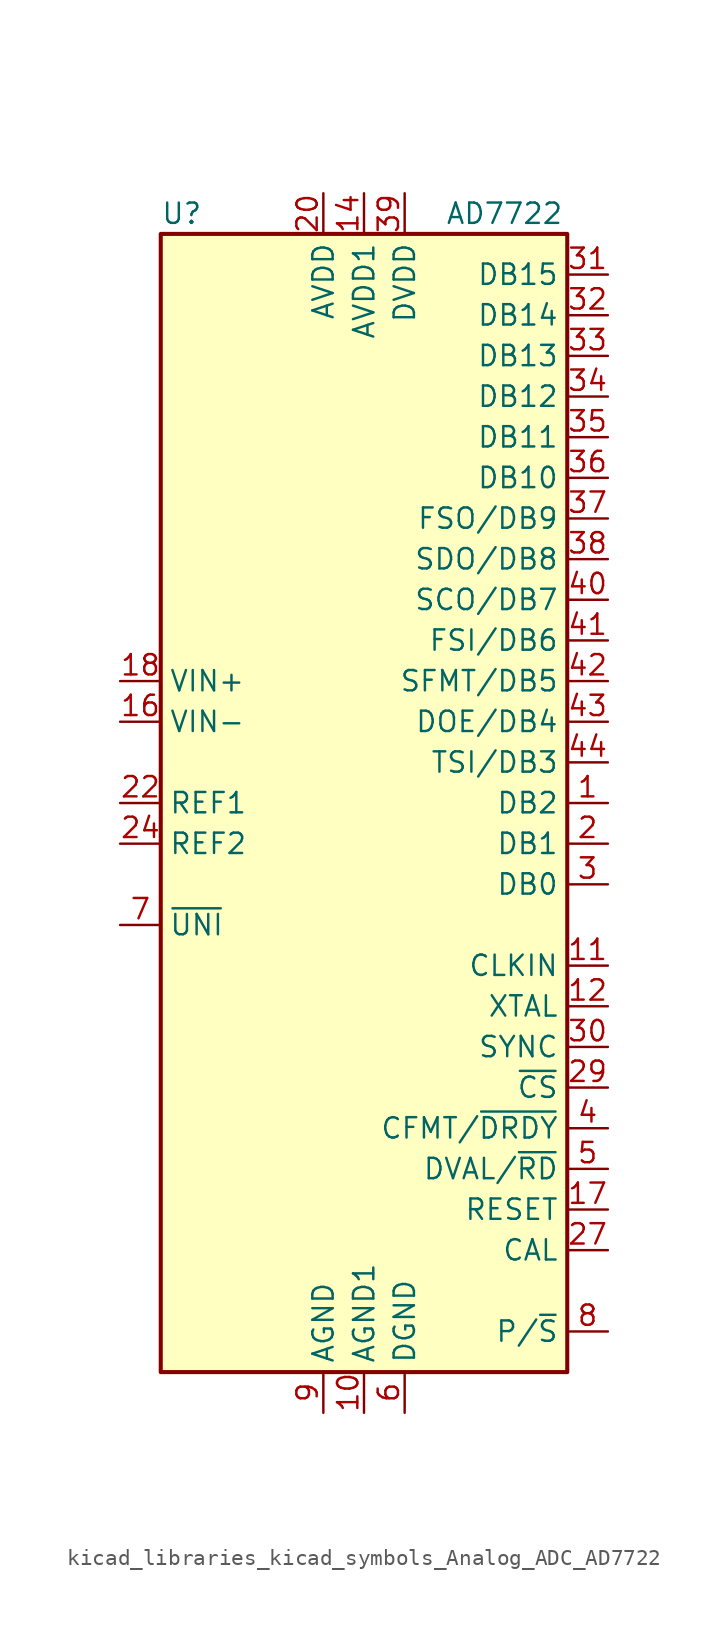
<source format=kicad_sym>
(kicad_symbol_lib
  (version 20220914)
  (generator kicad_symbol_editor)
  (symbol "kicad_libraries_kicad_symbols_Analog_ADC_AD7722"
    (property "Reference" "U"
      (at -12.7 36.83 0)
      (effects (font (size 1.27 1.27)) (justify left)))
    (property "Value" "AD7722"
      (at 5.08 36.83 0)
      (effects (font (size 1.27 1.27)) (justify left)))
    (symbol "kicad_libraries_kicad_symbols_Analog_ADC_AD7722_0_1"
      (rectangle (start -12.7 35.56) (end 12.7 -35.56) (stroke (width 0.254) (type default)) (fill (type background))))
    (symbol "kicad_libraries_kicad_symbols_Analog_ADC_AD7722_1_1"
      (pin input line (at 15.24 0 180) (length 2.54) (name "DB2" (effects (font (size 1.27 1.27)))) (number "1" (effects (font (size 1.27 1.27)))))
      (pin power_in line (at 0 -38.1 90) (length 2.54) (name "AGND1" (effects (font (size 1.27 1.27)))) (number "10" (effects (font (size 1.27 1.27)))))
      (pin input line (at 15.24 -10.16 180) (length 2.54) (name "CLKIN" (effects (font (size 1.27 1.27)))) (number "11" (effects (font (size 1.27 1.27)))))
      (pin output line (at 15.24 -12.7 180) (length 2.54) (name "XTAL" (effects (font (size 1.27 1.27)))) (number "12" (effects (font (size 1.27 1.27)))))
      (pin passive line (at -2.54 -38.1 90) (length 2.54) hide (name "AGND" (effects (font (size 1.27 1.27)))) (number "13" (effects (font (size 1.27 1.27)))))
      (pin power_in line (at 0 38.1 270) (length 2.54) (name "AVDD1" (effects (font (size 1.27 1.27)))) (number "14" (effects (font (size 1.27 1.27)))))
      (pin passive line (at -2.54 -38.1 90) (length 2.54) hide (name "AGND" (effects (font (size 1.27 1.27)))) (number "15" (effects (font (size 1.27 1.27)))))
      (pin input line (at -15.24 5.08 0) (length 2.54) (name "VIN-" (effects (font (size 1.27 1.27)))) (number "16" (effects (font (size 1.27 1.27)))))
      (pin input line (at 15.24 -25.4 180) (length 2.54) (name "RESET" (effects (font (size 1.27 1.27)))) (number "17" (effects (font (size 1.27 1.27)))))
      (pin input line (at -15.24 7.62 0) (length 2.54) (name "VIN+" (effects (font (size 1.27 1.27)))) (number "18" (effects (font (size 1.27 1.27)))))
      (pin passive line (at -2.54 -38.1 90) (length 2.54) hide (name "AGND" (effects (font (size 1.27 1.27)))) (number "19" (effects (font (size 1.27 1.27)))))
      (pin input line (at 15.24 -2.54 180) (length 2.54) (name "DB1" (effects (font (size 1.27 1.27)))) (number "2" (effects (font (size 1.27 1.27)))))
      (pin power_in line (at -2.54 38.1 270) (length 2.54) (name "AVDD" (effects (font (size 1.27 1.27)))) (number "20" (effects (font (size 1.27 1.27)))))
      (pin passive line (at -2.54 -38.1 90) (length 2.54) hide (name "AGND" (effects (font (size 1.27 1.27)))) (number "21" (effects (font (size 1.27 1.27)))))
      (pin power_out line (at -15.24 0 0) (length 2.54) (name "REF1" (effects (font (size 1.27 1.27)))) (number "22" (effects (font (size 1.27 1.27)))))
      (pin passive line (at -2.54 38.1 270) (length 2.54) hide (name "AVDD" (effects (font (size 1.27 1.27)))) (number "23" (effects (font (size 1.27 1.27)))))
      (pin power_out line (at -15.24 -2.54 0) (length 2.54) (name "REF2" (effects (font (size 1.27 1.27)))) (number "24" (effects (font (size 1.27 1.27)))))
      (pin passive line (at -2.54 -38.1 90) (length 2.54) hide (name "AGND" (effects (font (size 1.27 1.27)))) (number "25" (effects (font (size 1.27 1.27)))))
      (pin passive line (at -2.54 -38.1 90) (length 2.54) hide (name "AGND" (effects (font (size 1.27 1.27)))) (number "26" (effects (font (size 1.27 1.27)))))
      (pin input line (at 15.24 -27.94 180) (length 2.54) (name "CAL" (effects (font (size 1.27 1.27)))) (number "27" (effects (font (size 1.27 1.27)))))
      (pin passive line (at 2.54 -38.1 90) (length 2.54) hide (name "DGND" (effects (font (size 1.27 1.27)))) (number "28" (effects (font (size 1.27 1.27)))))
      (pin input line (at 15.24 -17.78 180) (length 2.54) (name "~{CS}" (effects (font (size 1.27 1.27)))) (number "29" (effects (font (size 1.27 1.27)))))
      (pin input line (at 15.24 -5.08 180) (length 2.54) (name "DB0" (effects (font (size 1.27 1.27)))) (number "3" (effects (font (size 1.27 1.27)))))
      (pin input line (at 15.24 -15.24 180) (length 2.54) (name "SYNC" (effects (font (size 1.27 1.27)))) (number "30" (effects (font (size 1.27 1.27)))))
      (pin output line (at 15.24 33.02 180) (length 2.54) (name "DB15" (effects (font (size 1.27 1.27)))) (number "31" (effects (font (size 1.27 1.27)))))
      (pin output line (at 15.24 30.48 180) (length 2.54) (name "DB14" (effects (font (size 1.27 1.27)))) (number "32" (effects (font (size 1.27 1.27)))))
      (pin output line (at 15.24 27.94 180) (length 2.54) (name "DB13" (effects (font (size 1.27 1.27)))) (number "33" (effects (font (size 1.27 1.27)))))
      (pin output line (at 15.24 25.4 180) (length 2.54) (name "DB12" (effects (font (size 1.27 1.27)))) (number "34" (effects (font (size 1.27 1.27)))))
      (pin output line (at 15.24 22.86 180) (length 2.54) (name "DB11" (effects (font (size 1.27 1.27)))) (number "35" (effects (font (size 1.27 1.27)))))
      (pin output line (at 15.24 20.32 180) (length 2.54) (name "DB10" (effects (font (size 1.27 1.27)))) (number "36" (effects (font (size 1.27 1.27)))))
      (pin output line (at 15.24 17.78 180) (length 2.54) (name "FSO/DB9" (effects (font (size 1.27 1.27)))) (number "37" (effects (font (size 1.27 1.27)))))
      (pin output line (at 15.24 15.24 180) (length 2.54) (name "SDO/DB8" (effects (font (size 1.27 1.27)))) (number "38" (effects (font (size 1.27 1.27)))))
      (pin power_in line (at 2.54 38.1 270) (length 2.54) (name "DVDD" (effects (font (size 1.27 1.27)))) (number "39" (effects (font (size 1.27 1.27)))))
      (pin input line (at 15.24 -20.32 180) (length 2.54) (name "CFMT/~{DRDY}" (effects (font (size 1.27 1.27)))) (number "4" (effects (font (size 1.27 1.27)))))
      (pin input line (at 15.24 12.7 180) (length 2.54) (name "SCO/DB7" (effects (font (size 1.27 1.27)))) (number "40" (effects (font (size 1.27 1.27)))))
      (pin input line (at 15.24 10.16 180) (length 2.54) (name "FSI/DB6" (effects (font (size 1.27 1.27)))) (number "41" (effects (font (size 1.27 1.27)))))
      (pin input line (at 15.24 7.62 180) (length 2.54) (name "SFMT/DB5" (effects (font (size 1.27 1.27)))) (number "42" (effects (font (size 1.27 1.27)))))
      (pin input line (at 15.24 5.08 180) (length 2.54) (name "DOE/DB4" (effects (font (size 1.27 1.27)))) (number "43" (effects (font (size 1.27 1.27)))))
      (pin input line (at 15.24 2.54 180) (length 2.54) (name "TSI/DB3" (effects (font (size 1.27 1.27)))) (number "44" (effects (font (size 1.27 1.27)))))
      (pin input line (at 15.24 -22.86 180) (length 2.54) (name "DVAL/~{RD}" (effects (font (size 1.27 1.27)))) (number "5" (effects (font (size 1.27 1.27)))))
      (pin power_in line (at 2.54 -38.1 90) (length 2.54) (name "DGND" (effects (font (size 1.27 1.27)))) (number "6" (effects (font (size 1.27 1.27)))))
      (pin input line (at -15.24 -7.62 0) (length 2.54) (name "~{UNI}" (effects (font (size 1.27 1.27)))) (number "7" (effects (font (size 1.27 1.27)))))
      (pin input line (at 15.24 -33.02 180) (length 2.54) (name "P/~{S}" (effects (font (size 1.27 1.27)))) (number "8" (effects (font (size 1.27 1.27)))))
      (pin power_in line (at -2.54 -38.1 90) (length 2.54) (name "AGND" (effects (font (size 1.27 1.27)))) (number "9" (effects (font (size 1.27 1.27))))))))
</source>
